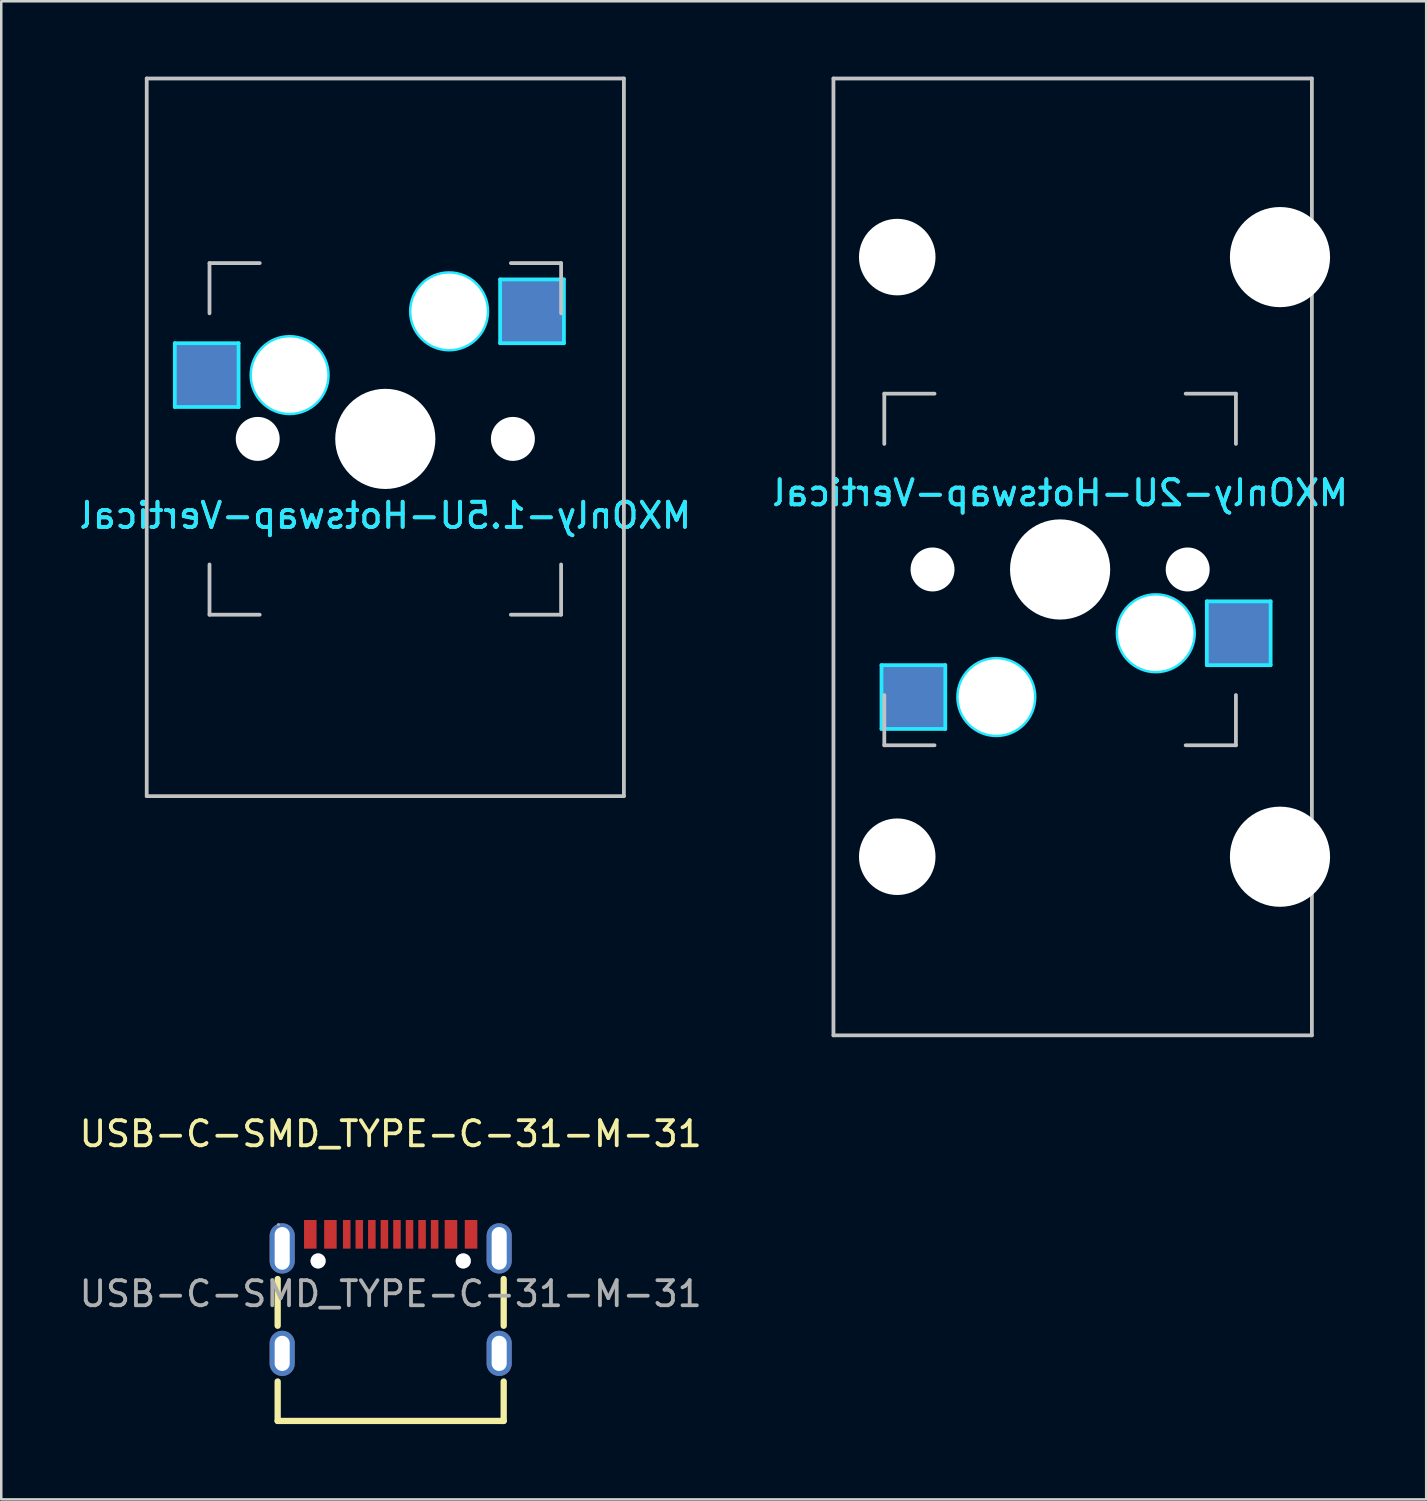
<source format=kicad_pcb>
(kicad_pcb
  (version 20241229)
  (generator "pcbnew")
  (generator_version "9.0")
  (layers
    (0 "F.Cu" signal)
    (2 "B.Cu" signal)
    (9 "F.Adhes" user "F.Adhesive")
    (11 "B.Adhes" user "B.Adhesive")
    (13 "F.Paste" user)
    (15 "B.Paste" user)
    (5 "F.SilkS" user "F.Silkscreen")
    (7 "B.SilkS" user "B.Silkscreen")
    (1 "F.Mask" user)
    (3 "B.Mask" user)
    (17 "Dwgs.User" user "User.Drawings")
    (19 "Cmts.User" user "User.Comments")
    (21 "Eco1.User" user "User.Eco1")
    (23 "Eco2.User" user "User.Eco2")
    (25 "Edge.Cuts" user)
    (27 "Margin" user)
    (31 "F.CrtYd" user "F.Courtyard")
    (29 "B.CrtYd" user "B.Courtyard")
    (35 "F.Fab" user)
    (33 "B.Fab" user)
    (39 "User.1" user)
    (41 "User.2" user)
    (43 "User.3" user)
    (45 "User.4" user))
  (footprint "USB-C-SMD_TYPE-C-31-M-31"
    (layer "F.Cu")
    (at 12.506 48.468)
    (property "Reference" "USB-C-SMD_TYPE-C-31-M-31" (at 0 -6.37 0) (layer "F.SilkS") (effects (font (size 1 1) (thickness 0.15))))
    (attr through_hole)
    (fp_line (start -4.5 1.27) (end -4.5 -0.59) (stroke (width 0.25) (type solid)) (layer "F.SilkS"))
    (fp_line (start -4.5 3.49) (end -4.5 5.06) (stroke (width 0.25) (type solid)) (layer "F.SilkS"))
    (fp_line (start -4.5 5.06) (end 4.44 5.06) (stroke (width 0.25) (type solid)) (layer "F.SilkS"))
    (fp_line (start 4.44 5.06) (end 4.5 5.06) (stroke (width 0.25) (type solid)) (layer "F.SilkS"))
    (fp_line (start 4.5 1.27) (end 4.5 -0.59) (stroke (width 0.25) (type solid)) (layer "F.SilkS"))
    (fp_line (start 4.5 5.06) (end 4.5 3.49) (stroke (width 0.25) (type solid)) (layer "F.SilkS"))
    (fp_circle (center -4.47 -2.76) (end -4.44 -2.76) (stroke (width 0.06) (type solid)) (fill no) (layer "F.Fab"))
    (fp_circle (center -2.89 -1.31) (end -2.79 -1.31) (stroke (width 0.2) (type solid)) (fill no) (layer "F.Fab"))
    (fp_circle (center 2.89 -1.31) (end 2.99 -1.31) (stroke (width 0.2) (type solid)) (fill no) (layer "F.Fab"))
    (fp_text user "${REFERENCE}" (at 0 0 0) (layer "F.Fab") (effects (font (size 1 1) (thickness 0.15))))
    (pad "" thru_hole circle (at -2.89 -1.31) (size 0.6 0.6) (drill 0.6) (layers "*.Cu" "*.Mask"))
    (pad "" thru_hole circle (at 2.89 -1.31) (size 0.6 0.6) (drill 0.6) (layers "*.Cu" "*.Mask"))
    (pad "1" thru_hole oval (at -4.32 -1.81) (size 1 2) (drill oval 0.6 1.7) (layers "*.Cu" "*.Paste" "*.Mask"))
    (pad "1" thru_hole oval (at -4.32 2.37) (size 1 1.8) (drill oval 0.6 1.4) (layers "*.Cu" "*.Paste" "*.Mask"))
    (pad "1" thru_hole oval (at 4.32 -1.81) (size 1 2) (drill oval 0.6 1.7) (layers "*.Cu" "*.Paste" "*.Mask"))
    (pad "1" thru_hole oval (at 4.32 2.37) (size 1 1.8) (drill oval 0.6 1.4) (layers "*.Cu" "*.Paste" "*.Mask"))
    (pad "A1" smd rect (at -3.2 -2.37) (size 0.5 1.14) (layers "F.Cu" "F.Mask" "F.Paste"))
    (pad "A4" smd rect (at -2.4 -2.37) (size 0.5 1.14) (layers "F.Cu" "F.Mask" "F.Paste"))
    (pad "A5" smd rect (at -1.25 -2.37) (size 0.3 1.14) (layers "F.Cu" "F.Mask" "F.Paste"))
    (pad "A6" smd rect (at -0.25 -2.37) (size 0.3 1.14) (layers "F.Cu" "F.Mask" "F.Paste"))
    (pad "A7" smd rect (at 0.25 -2.37) (size 0.3 1.14) (layers "F.Cu" "F.Mask" "F.Paste"))
    (pad "A8" smd rect (at 1.25 -2.37) (size 0.3 1.14) (layers "F.Cu" "F.Mask" "F.Paste"))
    (pad "A9" smd rect (at 2.4 -2.37) (size 0.5 1.14) (layers "F.Cu" "F.Mask" "F.Paste"))
    (pad "A12" smd rect (at 3.2 -2.37) (size 0.5 1.14) (layers "F.Cu" "F.Mask" "F.Paste"))
    (pad "B5" smd rect (at 1.75 -2.37) (size 0.3 1.14) (layers "F.Cu" "F.Mask" "F.Paste"))
    (pad "B6" smd rect (at 0.75 -2.37) (size 0.3 1.14) (layers "F.Cu" "F.Mask" "F.Paste"))
    (pad "B7" smd rect (at -0.75 -2.37) (size 0.3 1.14) (layers "F.Cu" "F.Mask" "F.Paste"))
    (pad "B8" smd rect (at -1.75 -2.37) (size 0.3 1.14) (layers "F.Cu" "F.Mask" "F.Paste")))
  (footprint "MXOnly-2U-Hotswap-Vertical"
    (layer "F.Cu")
    (at 39.661 19.125)
    (property "Reference" "MXOnly-2U-Hotswap-Vertical" (at -0.5 -2.548 180) (layer "B.CrtYd") (effects (font (size 1 1) (thickness 0.15)) (justify mirror)))
    (attr smd)
    (fp_line (start -9.525 -19.05) (end 9.525 -19.05) (stroke (width 0.15) (type solid)) (layer "Dwgs.User"))
    (fp_line (start -9.525 19.05) (end -9.525 -19.05) (stroke (width 0.15) (type solid)) (layer "Dwgs.User"))
    (fp_line (start -7.5 -6.5) (end -7.5 -4.5) (stroke (width 0.15) (type solid)) (layer "Dwgs.User"))
    (fp_line (start -7.5 7.5) (end -7.5 5.5) (stroke (width 0.15) (type solid)) (layer "Dwgs.User"))
    (fp_line (start -5.5 -6.5) (end -7.5 -6.5) (stroke (width 0.15) (type solid)) (layer "Dwgs.User"))
    (fp_line (start -5.5 7.5) (end -7.5 7.5) (stroke (width 0.15) (type solid)) (layer "Dwgs.User"))
    (fp_line (start 4.5 7.5) (end 6.5 7.5) (stroke (width 0.15) (type solid)) (layer "Dwgs.User"))
    (fp_line (start 6.5 -6.5) (end 4.5 -6.5) (stroke (width 0.15) (type solid)) (layer "Dwgs.User"))
    (fp_line (start 6.5 -4.5) (end 6.5 -6.5) (stroke (width 0.15) (type solid)) (layer "Dwgs.User"))
    (fp_line (start 6.5 7.5) (end 6.5 5.5) (stroke (width 0.15) (type solid)) (layer "Dwgs.User"))
    (fp_line (start 9.525 -19.05) (end 9.525 19.05) (stroke (width 0.15) (type solid)) (layer "Dwgs.User"))
    (fp_line (start 9.525 19.05) (end -9.525 19.05) (stroke (width 0.15) (type solid)) (layer "Dwgs.User"))
    (fp_line (start -7.612 4.31) (end -5.072 4.31) (stroke (width 0.15) (type solid)) (layer "B.CrtYd"))
    (fp_line (start -7.612 6.85) (end -7.612 4.31) (stroke (width 0.15) (type solid)) (layer "B.CrtYd"))
    (fp_line (start -5.072 4.31) (end -5.072 6.85) (stroke (width 0.15) (type solid)) (layer "B.CrtYd"))
    (fp_line (start -5.072 6.85) (end -7.612 6.85) (stroke (width 0.15) (type solid)) (layer "B.CrtYd"))
    (fp_line (start 5.342 1.77) (end 7.882 1.77) (stroke (width 0.15) (type solid)) (layer "B.CrtYd"))
    (fp_line (start 5.342 4.31) (end 5.342 1.77) (stroke (width 0.15) (type solid)) (layer "B.CrtYd"))
    (fp_line (start 7.882 1.77) (end 7.882 4.31) (stroke (width 0.15) (type solid)) (layer "B.CrtYd"))
    (fp_line (start 7.882 4.31) (end 5.342 4.31) (stroke (width 0.15) (type solid)) (layer "B.CrtYd"))
    (fp_circle (center -3.04 5.58) (end -3.04 7.104) (stroke (width 0.15) (type solid)) (fill no) (layer "B.CrtYd"))
    (fp_circle (center 3.31 3.04) (end 3.31 4.564) (stroke (width 0.15) (type solid)) (fill no) (layer "B.CrtYd"))
    (fp_text user "${REFERENCE}" (at -0.5 -2.548 0) (layer "B.SilkS") (effects (font (size 1 1) (thickness 0.15)) (justify mirror)))
    (pad "" np_thru_hole circle (at -6.985 -11.938 90) (size 3.048 3.048) (drill 3.048) (layers "*.Cu" "*.Mask"))
    (pad "" np_thru_hole circle (at -6.985 11.938 90) (size 3.048 3.048) (drill 3.048) (layers "*.Cu" "*.Mask"))
    (pad "" np_thru_hole circle (at -5.58 0.5 228.1) (size 1.75 1.75) (drill 1.75) (layers "*.Cu" "*.Mask"))
    (pad "" np_thru_hole circle (at -3.04 5.58 180) (size 3 3) (drill 3) (layers "*.Cu" "*.Mask"))
    (pad "" np_thru_hole circle (at -0.5 0.5 180) (size 3.988 3.988) (drill 3.988) (layers "*.Cu" "*.Mask"))
    (pad "" np_thru_hole circle (at 3.31 3.04 180) (size 3 3) (drill 3) (layers "*.Cu" "*.Mask"))
    (pad "" np_thru_hole circle (at 4.58 0.5 228.1) (size 1.75 1.75) (drill 1.75) (layers "*.Cu" "*.Mask"))
    (pad "" np_thru_hole circle (at 8.255 -11.938 90) (size 3.988 3.988) (drill 3.988) (layers "*.Cu" "*.Mask"))
    (pad "" np_thru_hole circle (at 8.255 11.938 90) (size 3.988 3.988) (drill 3.988) (layers "*.Cu" "*.Mask"))
    (pad "1" smd rect (at 6.585 3.04 180) (size 2.55 2.5) (layers "B.Cu" "B.Mask" "B.Paste"))
    (pad "2" smd rect (at -6.342 5.58 180) (size 2.55 2.5) (layers "B.Cu" "B.Mask" "B.Paste")))
  (footprint "MXOnly-1.5U-Hotswap-Vertical"
    (layer "F.Cu")
    (at 12.292 14.426)
    (property "Reference" "MXOnly-1.5U-Hotswap-Vertical" (at 0 3.048 0) (layer "B.CrtYd") (effects (font (size 1 1) (thickness 0.15)) (justify mirror)))
    (attr smd)
    (fp_line (start -9.5 -14.351) (end -9.5 14.224) (stroke (width 0.15) (type solid)) (layer "Dwgs.User"))
    (fp_line (start -9.5 14.224) (end 9.5 14.224) (stroke (width 0.15) (type solid)) (layer "Dwgs.User"))
    (fp_line (start -7 -7) (end -7 -5) (stroke (width 0.15) (type solid)) (layer "Dwgs.User"))
    (fp_line (start -7 5) (end -7 7) (stroke (width 0.15) (type solid)) (layer "Dwgs.User"))
    (fp_line (start -7 7) (end -5 7) (stroke (width 0.15) (type solid)) (layer "Dwgs.User"))
    (fp_line (start -5 -7) (end -7 -7) (stroke (width 0.15) (type solid)) (layer "Dwgs.User"))
    (fp_line (start 5 -7) (end 7 -7) (stroke (width 0.15) (type solid)) (layer "Dwgs.User"))
    (fp_line (start 5 7) (end 7 7) (stroke (width 0.15) (type solid)) (layer "Dwgs.User"))
    (fp_line (start 7 -7) (end 7 -5) (stroke (width 0.15) (type solid)) (layer "Dwgs.User"))
    (fp_line (start 7 7) (end 7 5) (stroke (width 0.15) (type solid)) (layer "Dwgs.User"))
    (fp_line (start 9.5 -14.351) (end -9.5 -14.351) (stroke (width 0.15) (type solid)) (layer "Dwgs.User"))
    (fp_line (start 9.5 14.224) (end 9.5 -14.351) (stroke (width 0.15) (type solid)) (layer "Dwgs.User"))
    (fp_line (start -8.382 -3.81) (end -5.842 -3.81) (stroke (width 0.15) (type solid)) (layer "B.CrtYd"))
    (fp_line (start -8.382 -1.27) (end -8.382 -3.81) (stroke (width 0.15) (type solid)) (layer "B.CrtYd"))
    (fp_line (start -5.842 -3.81) (end -5.842 -1.27) (stroke (width 0.15) (type solid)) (layer "B.CrtYd"))
    (fp_line (start -5.842 -1.27) (end -8.382 -1.27) (stroke (width 0.15) (type solid)) (layer "B.CrtYd"))
    (fp_line (start 4.572 -6.35) (end 7.112 -6.35) (stroke (width 0.15) (type solid)) (layer "B.CrtYd"))
    (fp_line (start 4.572 -3.81) (end 4.572 -6.35) (stroke (width 0.15) (type solid)) (layer "B.CrtYd"))
    (fp_line (start 7.112 -6.35) (end 7.112 -3.81) (stroke (width 0.15) (type solid)) (layer "B.CrtYd"))
    (fp_line (start 7.112 -3.81) (end 4.572 -3.81) (stroke (width 0.15) (type solid)) (layer "B.CrtYd"))
    (fp_circle (center -3.81 -2.54) (end -3.81 -4.064) (stroke (width 0.15) (type solid)) (fill no) (layer "B.CrtYd"))
    (fp_circle (center 2.54 -5.08) (end 2.54 -6.604) (stroke (width 0.15) (type solid)) (fill no) (layer "B.CrtYd"))
    (fp_text user "${REFERENCE}" (at 0 3.048 0) (layer "B.SilkS") (effects (font (size 1 1) (thickness 0.15)) (justify mirror)))
    (pad "" np_thru_hole circle (at -5.08 0 48.1) (size 1.75 1.75) (drill 1.75) (layers "*.Cu" "*.Mask"))
    (pad "" np_thru_hole circle (at -3.81 -2.54) (size 3 3) (drill 3) (layers "*.Cu" "*.Mask"))
    (pad "" np_thru_hole circle (at 0 0) (size 3.988 3.988) (drill 3.988) (layers "*.Cu" "*.Mask"))
    (pad "" np_thru_hole circle (at 2.54 -5.08) (size 3 3) (drill 3) (layers "*.Cu" "*.Mask"))
    (pad "" np_thru_hole circle (at 5.08 0 48.1) (size 1.75 1.75) (drill 1.75) (layers "*.Cu" "*.Mask"))
    (pad "1" smd rect (at -7.085 -2.54) (size 2.55 2.5) (layers "B.Cu" "B.Mask" "B.Paste"))
    (pad "2" smd rect (at 5.842 -5.08) (size 2.55 2.5) (layers "B.Cu" "B.Mask" "B.Paste")))
  (gr_rect
    (start -3 -3)
    (end 53.738 56.653)
    (stroke (width 0.1) (type default))
    (fill no)
    (layer "Edge.Cuts")))
</source>
